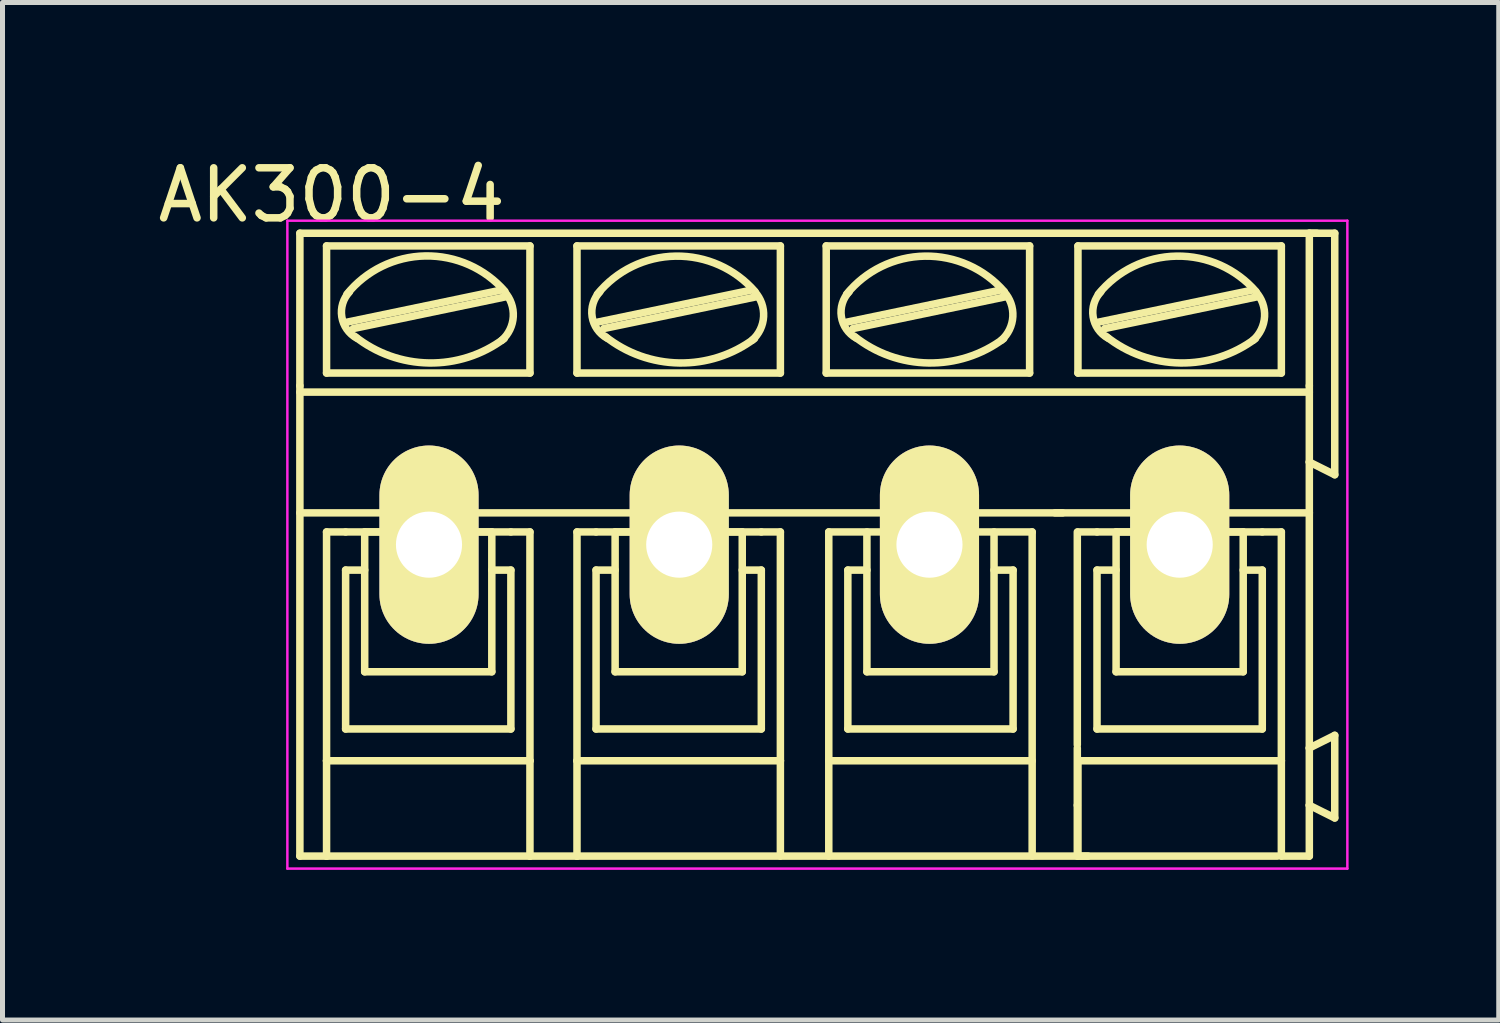
<source format=kicad_pcb>
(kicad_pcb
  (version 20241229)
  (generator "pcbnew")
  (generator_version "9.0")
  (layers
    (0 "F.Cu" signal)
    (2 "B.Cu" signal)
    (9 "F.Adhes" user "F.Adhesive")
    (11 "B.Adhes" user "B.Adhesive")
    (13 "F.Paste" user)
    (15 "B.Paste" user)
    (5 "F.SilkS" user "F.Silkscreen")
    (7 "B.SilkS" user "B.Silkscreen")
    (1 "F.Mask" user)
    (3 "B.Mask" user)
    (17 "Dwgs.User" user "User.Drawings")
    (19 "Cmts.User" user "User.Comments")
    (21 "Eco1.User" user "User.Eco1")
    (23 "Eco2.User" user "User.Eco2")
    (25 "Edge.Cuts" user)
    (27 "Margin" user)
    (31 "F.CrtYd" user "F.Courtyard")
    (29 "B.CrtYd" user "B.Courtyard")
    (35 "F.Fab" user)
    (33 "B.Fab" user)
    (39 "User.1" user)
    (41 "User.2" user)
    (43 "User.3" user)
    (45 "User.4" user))
  (footprint "AK300-4"
    (layer "F.Cu")
    (at 5.522 7.833)
    (property "Reference" "AK300-4" (at -1.945 -6.985 0) (layer "F.SilkS") (effects (font (size 1 1) (thickness 0.15))))
    (attr exclude_from_pos_files exclude_from_bom)
    (fp_line (start -2.58 -3.175) (end -2.58 -6.223) (stroke (width 0.15) (type solid)) (layer "F.SilkS"))
    (fp_line (start -2.58 -0.635) (end -2.58 -3.175) (stroke (width 0.15) (type solid)) (layer "F.SilkS"))
    (fp_line (start -2.58 6.223) (end -2.58 -0.635) (stroke (width 0.15) (type solid)) (layer "F.SilkS"))
    (fp_line (start -2.58 6.223) (end -2.047 6.223) (stroke (width 0.15) (type solid)) (layer "F.SilkS"))
    (fp_line (start -2.047 -3.429) (end -2.047 -5.969) (stroke (width 0.15) (type solid)) (layer "F.SilkS"))
    (fp_line (start -2.047 -0.254) (end -2.047 4.318) (stroke (width 0.15) (type solid)) (layer "F.SilkS"))
    (fp_line (start -2.047 -0.254) (end -1.666 -0.254) (stroke (width 0.15) (type solid)) (layer "F.SilkS"))
    (fp_line (start -2.047 4.318) (end -2.047 6.223) (stroke (width 0.15) (type solid)) (layer "F.SilkS"))
    (fp_line (start -2.047 6.223) (end 2.017 6.223) (stroke (width 0.15) (type solid)) (layer "F.SilkS"))
    (fp_line (start -1.666 0.508) (end -1.285 0.508) (stroke (width 0.15) (type solid)) (layer "F.SilkS"))
    (fp_line (start -1.666 3.683) (end -1.666 0.508) (stroke (width 0.15) (type solid)) (layer "F.SilkS"))
    (fp_line (start -1.64 -4.445) (end 1.41 -5.08) (stroke (width 0.15) (type solid)) (layer "F.SilkS"))
    (fp_line (start -1.513 -4.318) (end 1.535 -4.953) (stroke (width 0.15) (type solid)) (layer "F.SilkS"))
    (fp_line (start -1.285 -0.254) (end 1.255 -0.254) (stroke (width 0.15) (type solid)) (layer "F.SilkS"))
    (fp_line (start -1.285 2.54) (end -1.285 -0.254) (stroke (width 0.15) (type solid)) (layer "F.SilkS"))
    (fp_line (start -1.285 2.54) (end 1.255 2.54) (stroke (width 0.15) (type solid)) (layer "F.SilkS"))
    (fp_line (start 1.255 2.54) (end 1.255 -0.254) (stroke (width 0.15) (type solid)) (layer "F.SilkS"))
    (fp_line (start 1.636 -0.254) (end -1.666 -0.254) (stroke (width 0.15) (type solid)) (layer "F.SilkS"))
    (fp_line (start 1.636 0.508) (end 1.255 0.508) (stroke (width 0.15) (type solid)) (layer "F.SilkS"))
    (fp_line (start 1.636 3.683) (end -1.666 3.683) (stroke (width 0.15) (type solid)) (layer "F.SilkS"))
    (fp_line (start 1.636 3.683) (end 1.636 0.508) (stroke (width 0.15) (type solid)) (layer "F.SilkS"))
    (fp_line (start 2.017 -5.969) (end -2.047 -5.969) (stroke (width 0.15) (type solid)) (layer "F.SilkS"))
    (fp_line (start 2.017 -3.429) (end -2.047 -3.429) (stroke (width 0.15) (type solid)) (layer "F.SilkS"))
    (fp_line (start 2.017 -3.429) (end 2.017 -5.969) (stroke (width 0.15) (type solid)) (layer "F.SilkS"))
    (fp_line (start 2.017 -0.254) (end 1.636 -0.254) (stroke (width 0.15) (type solid)) (layer "F.SilkS"))
    (fp_line (start 2.017 4.318) (end -2.047 4.318) (stroke (width 0.15) (type solid)) (layer "F.SilkS"))
    (fp_line (start 2.017 4.318) (end 2.017 -0.254) (stroke (width 0.15) (type solid)) (layer "F.SilkS"))
    (fp_line (start 2.017 6.223) (end 2.017 4.318) (stroke (width 0.15) (type solid)) (layer "F.SilkS"))
    (fp_line (start 2.017 6.223) (end 2.957 6.223) (stroke (width 0.15) (type solid)) (layer "F.SilkS"))
    (fp_line (start 2.957 -5.969) (end 7.021 -5.969) (stroke (width 0.15) (type solid)) (layer "F.SilkS"))
    (fp_line (start 2.957 -3.429) (end 2.957 -5.969) (stroke (width 0.15) (type solid)) (layer "F.SilkS"))
    (fp_line (start 2.957 -0.254) (end 3.338 -0.254) (stroke (width 0.15) (type solid)) (layer "F.SilkS"))
    (fp_line (start 2.957 4.318) (end 2.957 -0.254) (stroke (width 0.15) (type solid)) (layer "F.SilkS"))
    (fp_line (start 2.957 4.318) (end 7.021 4.318) (stroke (width 0.15) (type solid)) (layer "F.SilkS"))
    (fp_line (start 2.957 6.223) (end 2.957 4.318) (stroke (width 0.15) (type solid)) (layer "F.SilkS"))
    (fp_line (start 2.957 6.223) (end 7.021 6.223) (stroke (width 0.15) (type solid)) (layer "F.SilkS"))
    (fp_line (start 3.338 -0.254) (end 6.64 -0.254) (stroke (width 0.15) (type solid)) (layer "F.SilkS"))
    (fp_line (start 3.338 0.508) (end 3.719 0.508) (stroke (width 0.15) (type solid)) (layer "F.SilkS"))
    (fp_line (start 3.338 3.683) (end 3.338 0.508) (stroke (width 0.15) (type solid)) (layer "F.SilkS"))
    (fp_line (start 3.364 -4.445) (end 6.412 -5.08) (stroke (width 0.15) (type solid)) (layer "F.SilkS"))
    (fp_line (start 3.491 -4.318) (end 6.539 -4.953) (stroke (width 0.15) (type solid)) (layer "F.SilkS"))
    (fp_line (start 3.719 -0.254) (end 6.259 -0.254) (stroke (width 0.15) (type solid)) (layer "F.SilkS"))
    (fp_line (start 3.719 2.54) (end 3.719 -0.254) (stroke (width 0.15) (type solid)) (layer "F.SilkS"))
    (fp_line (start 3.719 2.54) (end 6.259 2.54) (stroke (width 0.15) (type solid)) (layer "F.SilkS"))
    (fp_line (start 6.259 2.54) (end 6.259 -0.254) (stroke (width 0.15) (type solid)) (layer "F.SilkS"))
    (fp_line (start 6.64 0.508) (end 6.259 0.508) (stroke (width 0.15) (type solid)) (layer "F.SilkS"))
    (fp_line (start 6.64 3.683) (end 3.338 3.683) (stroke (width 0.15) (type solid)) (layer "F.SilkS"))
    (fp_line (start 6.64 3.683) (end 6.64 0.508) (stroke (width 0.15) (type solid)) (layer "F.SilkS"))
    (fp_line (start 7.021 -5.969) (end 7.021 -3.429) (stroke (width 0.15) (type solid)) (layer "F.SilkS"))
    (fp_line (start 7.021 -3.429) (end 2.957 -3.429) (stroke (width 0.15) (type solid)) (layer "F.SilkS"))
    (fp_line (start 7.021 -0.254) (end 6.64 -0.254) (stroke (width 0.15) (type solid)) (layer "F.SilkS"))
    (fp_line (start 7.021 -0.254) (end 7.021 4.318) (stroke (width 0.15) (type solid)) (layer "F.SilkS"))
    (fp_line (start 7.021 4.318) (end 7.021 6.223) (stroke (width 0.15) (type solid)) (layer "F.SilkS"))
    (fp_line (start 7.937 -5.969) (end 12.001 -5.969) (stroke (width 0.15) (type solid)) (layer "F.SilkS"))
    (fp_line (start 7.937 -3.429) (end 7.937 -5.969) (stroke (width 0.15) (type solid)) (layer "F.SilkS"))
    (fp_line (start 7.988 -0.254) (end 12.052 -0.254) (stroke (width 0.15) (type solid)) (layer "F.SilkS"))
    (fp_line (start 7.988 4.318) (end 12.052 4.318) (stroke (width 0.15) (type solid)) (layer "F.SilkS"))
    (fp_line (start 7.988 6.223) (end 7.988 -0.254) (stroke (width 0.15) (type solid)) (layer "F.SilkS"))
    (fp_line (start 8.344 -4.445) (end 11.392 -5.08) (stroke (width 0.15) (type solid)) (layer "F.SilkS"))
    (fp_line (start 8.369 0.508) (end 8.369 3.683) (stroke (width 0.15) (type solid)) (layer "F.SilkS"))
    (fp_line (start 8.369 0.508) (end 8.75 0.508) (stroke (width 0.15) (type solid)) (layer "F.SilkS"))
    (fp_line (start 8.369 3.683) (end 11.671 3.683) (stroke (width 0.15) (type solid)) (layer "F.SilkS"))
    (fp_line (start 8.471 -4.318) (end 11.519 -4.953) (stroke (width 0.15) (type solid)) (layer "F.SilkS"))
    (fp_line (start 8.75 -0.254) (end 8.75 2.54) (stroke (width 0.15) (type solid)) (layer "F.SilkS"))
    (fp_line (start 8.75 2.54) (end 11.29 2.54) (stroke (width 0.15) (type solid)) (layer "F.SilkS"))
    (fp_line (start 11.29 2.54) (end 11.29 -0.254) (stroke (width 0.15) (type solid)) (layer "F.SilkS"))
    (fp_line (start 11.671 0.508) (end 11.29 0.508) (stroke (width 0.15) (type solid)) (layer "F.SilkS"))
    (fp_line (start 11.671 3.683) (end 11.671 0.508) (stroke (width 0.15) (type solid)) (layer "F.SilkS"))
    (fp_line (start 12.001 -5.969) (end 12.001 -3.429) (stroke (width 0.15) (type solid)) (layer "F.SilkS"))
    (fp_line (start 12.001 -3.429) (end 7.937 -3.429) (stroke (width 0.15) (type solid)) (layer "F.SilkS"))
    (fp_line (start 12.052 6.223) (end 12.052 -0.254) (stroke (width 0.15) (type solid)) (layer "F.SilkS"))
    (fp_line (start 12.51 -0.635) (end 17.59 -0.635) (stroke (width 0.15) (type solid)) (layer "F.SilkS"))
    (fp_line (start 12.66 -0.635) (end -2.517 -0.635) (stroke (width 0.15) (type solid)) (layer "F.SilkS"))
    (fp_line (start 12.954 4) (end 12.954 -0.254) (stroke (width 0.15) (type solid)) (layer "F.SilkS"))
    (fp_line (start 12.954 4.064) (end 12.954 5.207) (stroke (width 0.15) (type solid)) (layer "F.SilkS"))
    (fp_line (start 12.954 5.207) (end 12.954 6.223) (stroke (width 0.15) (type solid)) (layer "F.SilkS"))
    (fp_line (start 12.967 -5.969) (end 17.031 -5.969) (stroke (width 0.15) (type solid)) (layer "F.SilkS"))
    (fp_line (start 12.967 -3.429) (end 12.967 -5.969) (stroke (width 0.15) (type solid)) (layer "F.SilkS"))
    (fp_line (start 12.967 -0.254) (end 13.348 -0.254) (stroke (width 0.15) (type solid)) (layer "F.SilkS"))
    (fp_line (start 12.967 4.318) (end 17.031 4.318) (stroke (width 0.15) (type solid)) (layer "F.SilkS"))
    (fp_line (start 12.967 6.223) (end 12.967 4.318) (stroke (width 0.15) (type solid)) (layer "F.SilkS"))
    (fp_line (start 13.168 6.223) (end 7.072 6.223) (stroke (width 0.15) (type solid)) (layer "F.SilkS"))
    (fp_line (start 13.348 -0.254) (end 16.65 -0.254) (stroke (width 0.15) (type solid)) (layer "F.SilkS"))
    (fp_line (start 13.348 0.508) (end 13.729 0.508) (stroke (width 0.15) (type solid)) (layer "F.SilkS"))
    (fp_line (start 13.348 3.683) (end 13.348 0.508) (stroke (width 0.15) (type solid)) (layer "F.SilkS"))
    (fp_line (start 13.374 -4.445) (end 16.422 -5.08) (stroke (width 0.15) (type solid)) (layer "F.SilkS"))
    (fp_line (start 13.501 -4.318) (end 16.549 -4.953) (stroke (width 0.15) (type solid)) (layer "F.SilkS"))
    (fp_line (start 13.729 -0.254) (end 16.269 -0.254) (stroke (width 0.15) (type solid)) (layer "F.SilkS"))
    (fp_line (start 13.729 2.54) (end 13.729 -0.254) (stroke (width 0.15) (type solid)) (layer "F.SilkS"))
    (fp_line (start 13.729 2.54) (end 16.269 2.54) (stroke (width 0.15) (type solid)) (layer "F.SilkS"))
    (fp_line (start 16.269 2.54) (end 16.269 -0.254) (stroke (width 0.15) (type solid)) (layer "F.SilkS"))
    (fp_line (start 16.65 0.508) (end 16.269 0.508) (stroke (width 0.15) (type solid)) (layer "F.SilkS"))
    (fp_line (start 16.65 3.683) (end 13.348 3.683) (stroke (width 0.15) (type solid)) (layer "F.SilkS"))
    (fp_line (start 16.65 3.683) (end 16.65 0.508) (stroke (width 0.15) (type solid)) (layer "F.SilkS"))
    (fp_line (start 16.955 6.223) (end 13.018 6.223) (stroke (width 0.15) (type solid)) (layer "F.SilkS"))
    (fp_line (start 17.031 -5.969) (end 17.031 -3.429) (stroke (width 0.15) (type solid)) (layer "F.SilkS"))
    (fp_line (start 17.031 -3.429) (end 12.967 -3.429) (stroke (width 0.15) (type solid)) (layer "F.SilkS"))
    (fp_line (start 17.031 -0.254) (end 16.65 -0.254) (stroke (width 0.15) (type solid)) (layer "F.SilkS"))
    (fp_line (start 17.031 -0.254) (end 17.031 4.318) (stroke (width 0.15) (type solid)) (layer "F.SilkS"))
    (fp_line (start 17.031 4.318) (end 17.031 6.223) (stroke (width 0.15) (type solid)) (layer "F.SilkS"))
    (fp_line (start 17.031 6.223) (end 17.59 6.223) (stroke (width 0.15) (type solid)) (layer "F.SilkS"))
    (fp_line (start 17.59 -6.223) (end 17.59 -3.175) (stroke (width 0.15) (type solid)) (layer "F.SilkS"))
    (fp_line (start 17.59 -6.223) (end 18.098 -6.223) (stroke (width 0.15) (type solid)) (layer "F.SilkS"))
    (fp_line (start 17.59 -3.175) (end 17.59 -1.651) (stroke (width 0.15) (type solid)) (layer "F.SilkS"))
    (fp_line (start 17.59 -3.048) (end -2.58 -3.048) (stroke (width 0.15) (type solid)) (layer "F.SilkS"))
    (fp_line (start 17.59 -1.651) (end 17.59 -0.635) (stroke (width 0.15) (type solid)) (layer "F.SilkS"))
    (fp_line (start 17.59 -0.635) (end 17.59 4.064) (stroke (width 0.15) (type solid)) (layer "F.SilkS"))
    (fp_line (start 17.59 4.064) (end 17.59 5.207) (stroke (width 0.15) (type solid)) (layer "F.SilkS"))
    (fp_line (start 17.59 5.207) (end 17.59 6.223) (stroke (width 0.15) (type solid)) (layer "F.SilkS"))
    (fp_line (start 17.74 -6.223) (end -2.58 -6.223) (stroke (width 0.15) (type solid)) (layer "F.SilkS"))
    (fp_line (start 18.098 -6.223) (end 18.098 -1.397) (stroke (width 0.15) (type solid)) (layer "F.SilkS"))
    (fp_line (start 18.098 -1.397) (end 17.59 -1.651) (stroke (width 0.15) (type solid)) (layer "F.SilkS"))
    (fp_line (start 18.098 3.81) (end 17.59 4.064) (stroke (width 0.15) (type solid)) (layer "F.SilkS"))
    (fp_line (start 18.098 3.81) (end 18.098 5.461) (stroke (width 0.15) (type solid)) (layer "F.SilkS"))
    (fp_line (start 18.098 5.461) (end 17.59 5.207) (stroke (width 0.15) (type solid)) (layer "F.SilkS"))
    (fp_arc (start -1.6402 -5.0038) (mid -0.075347 -5.768837) (end 1.516573 -5.061847) (stroke (width 0.15) (type solid)) (layer "F.SilkS"))
    (fp_arc (start -1.44462 -4.1275) (mid -1.742784 -4.553845) (end -1.58952 -5.051019) (stroke (width 0.15) (type solid)) (layer "F.SilkS"))
    (fp_arc (start 1.50178 -4.11734) (mid -0.000269 -3.630479) (end -1.485988 -4.165104) (stroke (width 0.15) (type solid)) (layer "F.SilkS"))
    (fp_arc (start 1.5094 -5.05206) (mid 1.683736 -4.555962) (end 1.45415 -4.08289) (stroke (width 0.15) (type solid)) (layer "F.SilkS"))
    (fp_arc (start 3.3636 -5.0038) (mid 4.926638 -5.764946) (end 6.514411 -5.056844) (stroke (width 0.15) (type solid)) (layer "F.SilkS"))
    (fp_arc (start 3.55664 -4.1275) (mid 3.259456 -4.555849) (end 3.414903 -5.053481) (stroke (width 0.15) (type solid)) (layer "F.SilkS"))
    (fp_arc (start 6.50304 -4.11734) (mid 5.000991 -3.630479) (end 3.515272 -4.165104) (stroke (width 0.15) (type solid)) (layer "F.SilkS"))
    (fp_arc (start 6.51066 -5.05206) (mid 6.685748 -4.557765) (end 6.457972 -4.085429) (stroke (width 0.15) (type solid)) (layer "F.SilkS"))
    (fp_arc (start 8.3436 -5.0038) (mid 9.906638 -5.764946) (end 11.494411 -5.056844) (stroke (width 0.15) (type solid)) (layer "F.SilkS"))
    (fp_arc (start 8.53664 -4.1275) (mid 8.239456 -4.555849) (end 8.394903 -5.053481) (stroke (width 0.15) (type solid)) (layer "F.SilkS"))
    (fp_arc (start 11.48304 -4.11734) (mid 9.980991 -3.630479) (end 8.495272 -4.165104) (stroke (width 0.15) (type solid)) (layer "F.SilkS"))
    (fp_arc (start 11.49066 -5.05206) (mid 11.665748 -4.557765) (end 11.437972 -4.085429) (stroke (width 0.15) (type solid)) (layer "F.SilkS"))
    (fp_arc (start 13.3736 -5.0038) (mid 14.936638 -5.764946) (end 16.524411 -5.056844) (stroke (width 0.15) (type solid)) (layer "F.SilkS"))
    (fp_arc (start 13.56664 -4.1275) (mid 13.269456 -4.555849) (end 13.424903 -5.053481) (stroke (width 0.15) (type solid)) (layer "F.SilkS"))
    (fp_arc (start 16.51304 -4.11734) (mid 15.010991 -3.630479) (end 13.525272 -4.165104) (stroke (width 0.15) (type solid)) (layer "F.SilkS"))
    (fp_arc (start 16.52066 -5.05206) (mid 16.695748 -4.557765) (end 16.467972 -4.085429) (stroke (width 0.15) (type solid)) (layer "F.SilkS"))
    (fp_line (start -2.83 -6.473) (end -2.83 6.473) (stroke (width 0.05) (type solid)) (layer "F.CrtYd"))
    (fp_line (start -2.83 -6.473) (end 18.35 -6.473) (stroke (width 0.05) (type solid)) (layer "F.CrtYd"))
    (fp_line (start -2.83 6.473) (end 18.35 6.473) (stroke (width 0.05) (type solid)) (layer "F.CrtYd"))
    (fp_line (start 18.35 -6.473) (end 18.35 6.473) (stroke (width 0.05) (type solid)) (layer "F.CrtYd"))
    (pad "1" thru_hole oval (at 0 0) (size 1.981 3.962) (drill 1.321) (layers "*.Cu" "*.Mask" "F.SilkS" "F.Paste"))
    (pad "2" thru_hole oval (at 5 0) (size 1.981 3.962) (drill 1.321) (layers "*.Cu" "*.Mask" "F.SilkS" "F.Paste"))
    (pad "3" thru_hole oval (at 10 0) (size 1.981 3.962) (drill 1.321) (layers "*.Cu" "*.Mask" "F.SilkS" "F.Paste"))
    (pad "4" thru_hole oval (at 15 0) (size 1.981 3.962) (drill 1.321) (layers "*.Cu" "*.Mask" "F.SilkS" "F.Paste")))
  (gr_rect
    (start -3 -3)
    (end 26.897 17.331)
    (stroke (width 0.1) (type default))
    (fill no)
    (layer "Edge.Cuts")))
</source>
